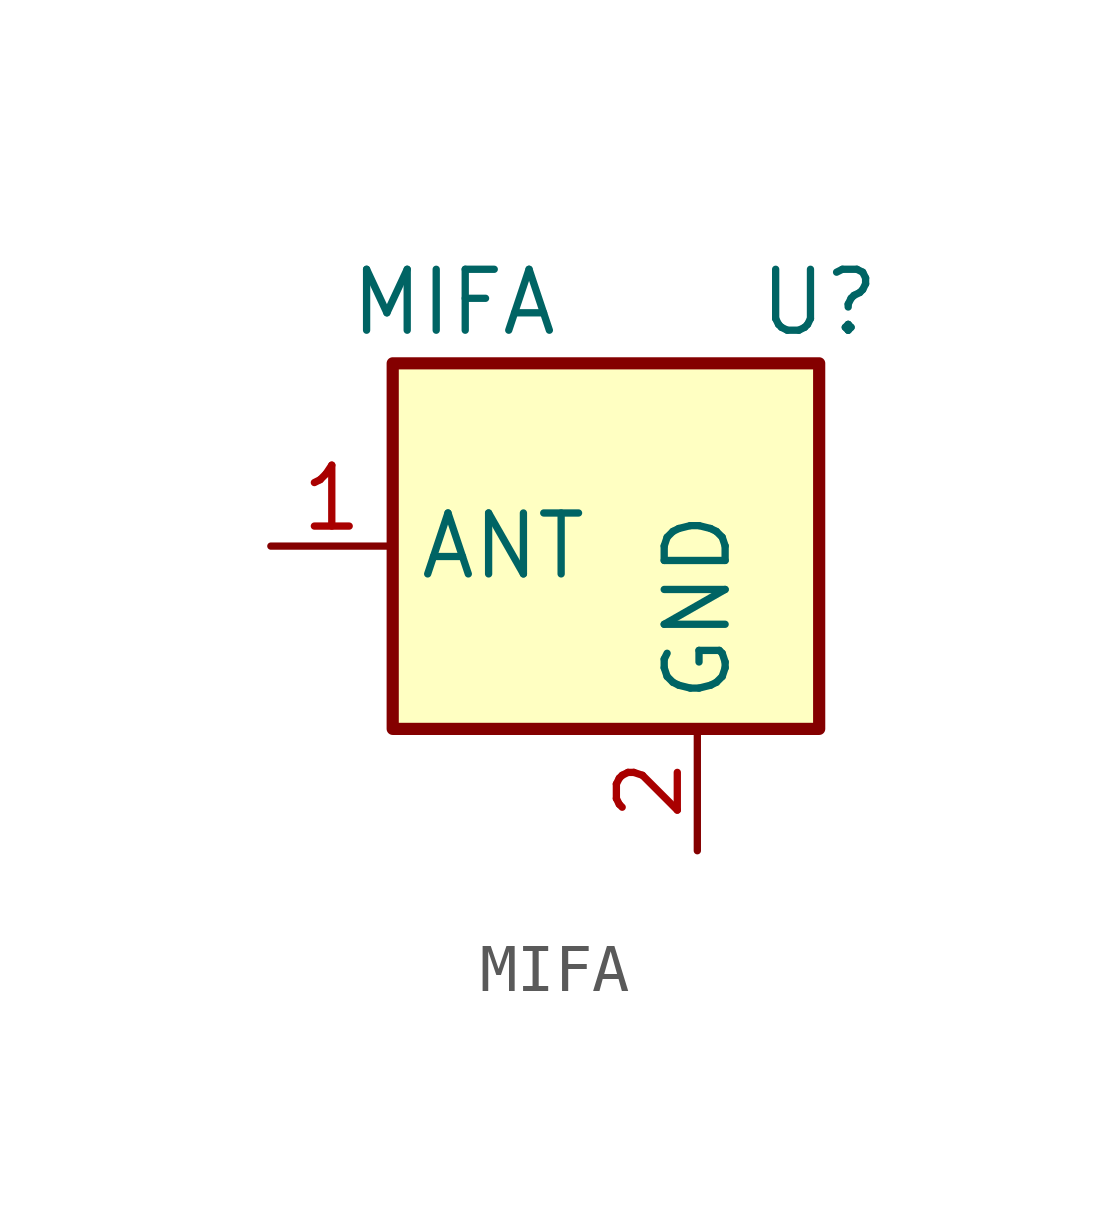
<source format=kicad_sym>
(kicad_symbol_lib
  (version 20211014)
  (generator kicad_symbol_editor)
  (symbol "MIFA"
    (property "Reference" "U"
      (at 5.08 5.08 0)
      (effects (font (size 1.27 1.27))))
    (property "Value" "MIFA"
      (at -2.54 5.08 0)
      (effects (font (size 1.27 1.27))))
    (symbol "MIFA_0_1"
      (rectangle (start -3.81 3.81) (end 5.08 -3.81) (stroke (width 0.254) (type default) (color 0 0 0 0)) (fill (type background))))
    (symbol "MIFA_1_1"
      (pin unspecified line (at -6.35 0 0) (length 2.54) (name "ANT" (effects (font (size 1.27 1.27)))) (number "1" (effects (font (size 1.27 1.27)))))
      (pin power_in line (at 2.54 -6.35 90) (length 2.54) (name "GND" (effects (font (size 1.27 1.27)))) (number "2" (effects (font (size 1.27 1.27))))))))
</source>
